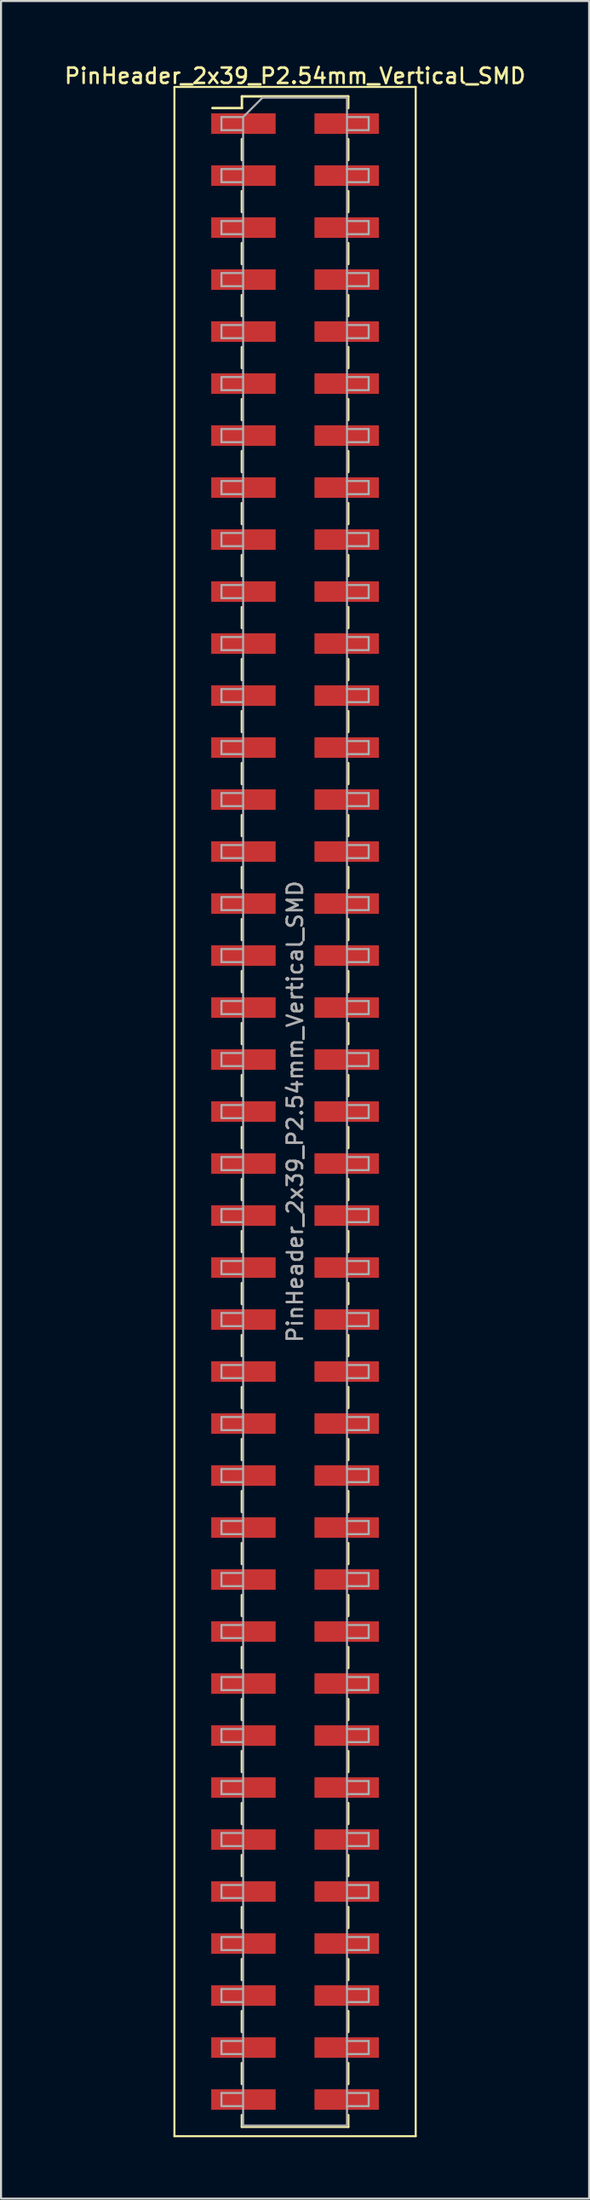
<source format=kicad_pcb>
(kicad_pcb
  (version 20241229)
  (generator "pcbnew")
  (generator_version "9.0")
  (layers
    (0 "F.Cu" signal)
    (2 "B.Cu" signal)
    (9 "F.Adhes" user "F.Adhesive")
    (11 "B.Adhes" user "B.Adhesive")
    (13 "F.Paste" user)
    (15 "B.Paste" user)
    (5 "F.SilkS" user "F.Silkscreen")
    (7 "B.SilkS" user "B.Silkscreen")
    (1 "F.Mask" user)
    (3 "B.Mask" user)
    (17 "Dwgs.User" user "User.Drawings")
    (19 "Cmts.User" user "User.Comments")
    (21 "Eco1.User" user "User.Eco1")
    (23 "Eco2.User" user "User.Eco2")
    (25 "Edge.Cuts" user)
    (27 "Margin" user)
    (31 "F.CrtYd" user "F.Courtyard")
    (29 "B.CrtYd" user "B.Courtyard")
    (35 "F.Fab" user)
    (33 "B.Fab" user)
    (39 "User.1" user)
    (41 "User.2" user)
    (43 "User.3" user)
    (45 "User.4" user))
  (footprint "PinHeader_2x39_P2.54mm_Vertical_SMD"
    (layer "F.Cu")
    (at 11.38 51.248)
    (property "Reference" "PinHeader_2x39_P2.54mm_Vertical_SMD" (at 0 -50.59 0) (layer "F.SilkS") (effects (font (size 0.75 0.75) (thickness 0.125))))
    (attr smd)
    (fp_line (start -5.9 -50.05) (end -5.9 50.05) (stroke (width 0.1) (type solid)) (layer "F.SilkS"))
    (fp_line (start -5.9 50.05) (end 5.9 50.05) (stroke (width 0.1) (type solid)) (layer "F.SilkS"))
    (fp_line (start -4.04 -49.02) (end -2.6 -49.02) (stroke (width 0.12) (type solid)) (layer "F.SilkS"))
    (fp_line (start -2.6 -49.59) (end -2.6 -49.02) (stroke (width 0.12) (type solid)) (layer "F.SilkS"))
    (fp_line (start -2.6 -49.59) (end 2.6 -49.59) (stroke (width 0.12) (type solid)) (layer "F.SilkS"))
    (fp_line (start -2.6 -47.5) (end -2.6 -46.48) (stroke (width 0.12) (type solid)) (layer "F.SilkS"))
    (fp_line (start -2.6 -44.96) (end -2.6 -43.94) (stroke (width 0.12) (type solid)) (layer "F.SilkS"))
    (fp_line (start -2.6 -42.42) (end -2.6 -41.4) (stroke (width 0.12) (type solid)) (layer "F.SilkS"))
    (fp_line (start -2.6 -39.88) (end -2.6 -38.86) (stroke (width 0.12) (type solid)) (layer "F.SilkS"))
    (fp_line (start -2.6 -37.34) (end -2.6 -36.32) (stroke (width 0.12) (type solid)) (layer "F.SilkS"))
    (fp_line (start -2.6 -34.8) (end -2.6 -33.78) (stroke (width 0.12) (type solid)) (layer "F.SilkS"))
    (fp_line (start -2.6 -32.26) (end -2.6 -31.24) (stroke (width 0.12) (type solid)) (layer "F.SilkS"))
    (fp_line (start -2.6 -29.72) (end -2.6 -28.7) (stroke (width 0.12) (type solid)) (layer "F.SilkS"))
    (fp_line (start -2.6 -27.18) (end -2.6 -26.16) (stroke (width 0.12) (type solid)) (layer "F.SilkS"))
    (fp_line (start -2.6 -24.64) (end -2.6 -23.62) (stroke (width 0.12) (type solid)) (layer "F.SilkS"))
    (fp_line (start -2.6 -22.1) (end -2.6 -21.08) (stroke (width 0.12) (type solid)) (layer "F.SilkS"))
    (fp_line (start -2.6 -19.56) (end -2.6 -18.54) (stroke (width 0.12) (type solid)) (layer "F.SilkS"))
    (fp_line (start -2.6 -17.02) (end -2.6 -16) (stroke (width 0.12) (type solid)) (layer "F.SilkS"))
    (fp_line (start -2.6 -14.48) (end -2.6 -13.46) (stroke (width 0.12) (type solid)) (layer "F.SilkS"))
    (fp_line (start -2.6 -11.94) (end -2.6 -10.92) (stroke (width 0.12) (type solid)) (layer "F.SilkS"))
    (fp_line (start -2.6 -9.4) (end -2.6 -8.38) (stroke (width 0.12) (type solid)) (layer "F.SilkS"))
    (fp_line (start -2.6 -6.86) (end -2.6 -5.84) (stroke (width 0.12) (type solid)) (layer "F.SilkS"))
    (fp_line (start -2.6 -4.32) (end -2.6 -3.3) (stroke (width 0.12) (type solid)) (layer "F.SilkS"))
    (fp_line (start -2.6 -1.78) (end -2.6 -0.76) (stroke (width 0.12) (type solid)) (layer "F.SilkS"))
    (fp_line (start -2.6 0.76) (end -2.6 1.78) (stroke (width 0.12) (type solid)) (layer "F.SilkS"))
    (fp_line (start -2.6 3.3) (end -2.6 4.32) (stroke (width 0.12) (type solid)) (layer "F.SilkS"))
    (fp_line (start -2.6 5.84) (end -2.6 6.86) (stroke (width 0.12) (type solid)) (layer "F.SilkS"))
    (fp_line (start -2.6 8.38) (end -2.6 9.4) (stroke (width 0.12) (type solid)) (layer "F.SilkS"))
    (fp_line (start -2.6 10.92) (end -2.6 11.94) (stroke (width 0.12) (type solid)) (layer "F.SilkS"))
    (fp_line (start -2.6 13.46) (end -2.6 14.48) (stroke (width 0.12) (type solid)) (layer "F.SilkS"))
    (fp_line (start -2.6 16) (end -2.6 17.02) (stroke (width 0.12) (type solid)) (layer "F.SilkS"))
    (fp_line (start -2.6 18.54) (end -2.6 19.56) (stroke (width 0.12) (type solid)) (layer "F.SilkS"))
    (fp_line (start -2.6 21.08) (end -2.6 22.1) (stroke (width 0.12) (type solid)) (layer "F.SilkS"))
    (fp_line (start -2.6 23.62) (end -2.6 24.64) (stroke (width 0.12) (type solid)) (layer "F.SilkS"))
    (fp_line (start -2.6 26.16) (end -2.6 27.18) (stroke (width 0.12) (type solid)) (layer "F.SilkS"))
    (fp_line (start -2.6 28.7) (end -2.6 29.72) (stroke (width 0.12) (type solid)) (layer "F.SilkS"))
    (fp_line (start -2.6 31.24) (end -2.6 32.26) (stroke (width 0.12) (type solid)) (layer "F.SilkS"))
    (fp_line (start -2.6 33.78) (end -2.6 34.8) (stroke (width 0.12) (type solid)) (layer "F.SilkS"))
    (fp_line (start -2.6 36.32) (end -2.6 37.34) (stroke (width 0.12) (type solid)) (layer "F.SilkS"))
    (fp_line (start -2.6 38.86) (end -2.6 39.88) (stroke (width 0.12) (type solid)) (layer "F.SilkS"))
    (fp_line (start -2.6 41.4) (end -2.6 42.42) (stroke (width 0.12) (type solid)) (layer "F.SilkS"))
    (fp_line (start -2.6 43.94) (end -2.6 44.96) (stroke (width 0.12) (type solid)) (layer "F.SilkS"))
    (fp_line (start -2.6 46.48) (end -2.6 47.5) (stroke (width 0.12) (type solid)) (layer "F.SilkS"))
    (fp_line (start -2.6 49.02) (end -2.6 49.59) (stroke (width 0.12) (type solid)) (layer "F.SilkS"))
    (fp_line (start -2.6 49.59) (end 2.6 49.59) (stroke (width 0.12) (type solid)) (layer "F.SilkS"))
    (fp_line (start 2.6 -49.59) (end 2.6 -49.02) (stroke (width 0.12) (type solid)) (layer "F.SilkS"))
    (fp_line (start 2.6 -47.5) (end 2.6 -46.48) (stroke (width 0.12) (type solid)) (layer "F.SilkS"))
    (fp_line (start 2.6 -44.96) (end 2.6 -43.94) (stroke (width 0.12) (type solid)) (layer "F.SilkS"))
    (fp_line (start 2.6 -42.42) (end 2.6 -41.4) (stroke (width 0.12) (type solid)) (layer "F.SilkS"))
    (fp_line (start 2.6 -39.88) (end 2.6 -38.86) (stroke (width 0.12) (type solid)) (layer "F.SilkS"))
    (fp_line (start 2.6 -37.34) (end 2.6 -36.32) (stroke (width 0.12) (type solid)) (layer "F.SilkS"))
    (fp_line (start 2.6 -34.8) (end 2.6 -33.78) (stroke (width 0.12) (type solid)) (layer "F.SilkS"))
    (fp_line (start 2.6 -32.26) (end 2.6 -31.24) (stroke (width 0.12) (type solid)) (layer "F.SilkS"))
    (fp_line (start 2.6 -29.72) (end 2.6 -28.7) (stroke (width 0.12) (type solid)) (layer "F.SilkS"))
    (fp_line (start 2.6 -27.18) (end 2.6 -26.16) (stroke (width 0.12) (type solid)) (layer "F.SilkS"))
    (fp_line (start 2.6 -24.64) (end 2.6 -23.62) (stroke (width 0.12) (type solid)) (layer "F.SilkS"))
    (fp_line (start 2.6 -22.1) (end 2.6 -21.08) (stroke (width 0.12) (type solid)) (layer "F.SilkS"))
    (fp_line (start 2.6 -19.56) (end 2.6 -18.54) (stroke (width 0.12) (type solid)) (layer "F.SilkS"))
    (fp_line (start 2.6 -17.02) (end 2.6 -16) (stroke (width 0.12) (type solid)) (layer "F.SilkS"))
    (fp_line (start 2.6 -14.48) (end 2.6 -13.46) (stroke (width 0.12) (type solid)) (layer "F.SilkS"))
    (fp_line (start 2.6 -11.94) (end 2.6 -10.92) (stroke (width 0.12) (type solid)) (layer "F.SilkS"))
    (fp_line (start 2.6 -9.4) (end 2.6 -8.38) (stroke (width 0.12) (type solid)) (layer "F.SilkS"))
    (fp_line (start 2.6 -6.86) (end 2.6 -5.84) (stroke (width 0.12) (type solid)) (layer "F.SilkS"))
    (fp_line (start 2.6 -4.32) (end 2.6 -3.3) (stroke (width 0.12) (type solid)) (layer "F.SilkS"))
    (fp_line (start 2.6 -1.78) (end 2.6 -0.76) (stroke (width 0.12) (type solid)) (layer "F.SilkS"))
    (fp_line (start 2.6 0.76) (end 2.6 1.78) (stroke (width 0.12) (type solid)) (layer "F.SilkS"))
    (fp_line (start 2.6 3.3) (end 2.6 4.32) (stroke (width 0.12) (type solid)) (layer "F.SilkS"))
    (fp_line (start 2.6 5.84) (end 2.6 6.86) (stroke (width 0.12) (type solid)) (layer "F.SilkS"))
    (fp_line (start 2.6 8.38) (end 2.6 9.4) (stroke (width 0.12) (type solid)) (layer "F.SilkS"))
    (fp_line (start 2.6 10.92) (end 2.6 11.94) (stroke (width 0.12) (type solid)) (layer "F.SilkS"))
    (fp_line (start 2.6 13.46) (end 2.6 14.48) (stroke (width 0.12) (type solid)) (layer "F.SilkS"))
    (fp_line (start 2.6 16) (end 2.6 17.02) (stroke (width 0.12) (type solid)) (layer "F.SilkS"))
    (fp_line (start 2.6 18.54) (end 2.6 19.56) (stroke (width 0.12) (type solid)) (layer "F.SilkS"))
    (fp_line (start 2.6 21.08) (end 2.6 22.1) (stroke (width 0.12) (type solid)) (layer "F.SilkS"))
    (fp_line (start 2.6 23.62) (end 2.6 24.64) (stroke (width 0.12) (type solid)) (layer "F.SilkS"))
    (fp_line (start 2.6 26.16) (end 2.6 27.18) (stroke (width 0.12) (type solid)) (layer "F.SilkS"))
    (fp_line (start 2.6 28.7) (end 2.6 29.72) (stroke (width 0.12) (type solid)) (layer "F.SilkS"))
    (fp_line (start 2.6 31.24) (end 2.6 32.26) (stroke (width 0.12) (type solid)) (layer "F.SilkS"))
    (fp_line (start 2.6 33.78) (end 2.6 34.8) (stroke (width 0.12) (type solid)) (layer "F.SilkS"))
    (fp_line (start 2.6 36.32) (end 2.6 37.34) (stroke (width 0.12) (type solid)) (layer "F.SilkS"))
    (fp_line (start 2.6 38.86) (end 2.6 39.88) (stroke (width 0.12) (type solid)) (layer "F.SilkS"))
    (fp_line (start 2.6 41.4) (end 2.6 42.42) (stroke (width 0.12) (type solid)) (layer "F.SilkS"))
    (fp_line (start 2.6 43.94) (end 2.6 44.96) (stroke (width 0.12) (type solid)) (layer "F.SilkS"))
    (fp_line (start 2.6 46.48) (end 2.6 47.5) (stroke (width 0.12) (type solid)) (layer "F.SilkS"))
    (fp_line (start 2.6 49.02) (end 2.6 49.59) (stroke (width 0.12) (type solid)) (layer "F.SilkS"))
    (fp_line (start 5.9 -50.05) (end -5.9 -50.05) (stroke (width 0.1) (type solid)) (layer "F.SilkS"))
    (fp_line (start 5.9 50.05) (end 5.9 -50.05) (stroke (width 0.1) (type solid)) (layer "F.SilkS"))
    (fp_line (start -3.6 -48.58) (end -3.6 -47.94) (stroke (width 0.1) (type solid)) (layer "F.Fab"))
    (fp_line (start -3.6 -47.94) (end -2.54 -47.94) (stroke (width 0.1) (type solid)) (layer "F.Fab"))
    (fp_line (start -3.6 -46.04) (end -3.6 -45.4) (stroke (width 0.1) (type solid)) (layer "F.Fab"))
    (fp_line (start -3.6 -45.4) (end -2.54 -45.4) (stroke (width 0.1) (type solid)) (layer "F.Fab"))
    (fp_line (start -3.6 -43.5) (end -3.6 -42.86) (stroke (width 0.1) (type solid)) (layer "F.Fab"))
    (fp_line (start -3.6 -42.86) (end -2.54 -42.86) (stroke (width 0.1) (type solid)) (layer "F.Fab"))
    (fp_line (start -3.6 -40.96) (end -3.6 -40.32) (stroke (width 0.1) (type solid)) (layer "F.Fab"))
    (fp_line (start -3.6 -40.32) (end -2.54 -40.32) (stroke (width 0.1) (type solid)) (layer "F.Fab"))
    (fp_line (start -3.6 -38.42) (end -3.6 -37.78) (stroke (width 0.1) (type solid)) (layer "F.Fab"))
    (fp_line (start -3.6 -37.78) (end -2.54 -37.78) (stroke (width 0.1) (type solid)) (layer "F.Fab"))
    (fp_line (start -3.6 -35.88) (end -3.6 -35.24) (stroke (width 0.1) (type solid)) (layer "F.Fab"))
    (fp_line (start -3.6 -35.24) (end -2.54 -35.24) (stroke (width 0.1) (type solid)) (layer "F.Fab"))
    (fp_line (start -3.6 -33.34) (end -3.6 -32.7) (stroke (width 0.1) (type solid)) (layer "F.Fab"))
    (fp_line (start -3.6 -32.7) (end -2.54 -32.7) (stroke (width 0.1) (type solid)) (layer "F.Fab"))
    (fp_line (start -3.6 -30.8) (end -3.6 -30.16) (stroke (width 0.1) (type solid)) (layer "F.Fab"))
    (fp_line (start -3.6 -30.16) (end -2.54 -30.16) (stroke (width 0.1) (type solid)) (layer "F.Fab"))
    (fp_line (start -3.6 -28.26) (end -3.6 -27.62) (stroke (width 0.1) (type solid)) (layer "F.Fab"))
    (fp_line (start -3.6 -27.62) (end -2.54 -27.62) (stroke (width 0.1) (type solid)) (layer "F.Fab"))
    (fp_line (start -3.6 -25.72) (end -3.6 -25.08) (stroke (width 0.1) (type solid)) (layer "F.Fab"))
    (fp_line (start -3.6 -25.08) (end -2.54 -25.08) (stroke (width 0.1) (type solid)) (layer "F.Fab"))
    (fp_line (start -3.6 -23.18) (end -3.6 -22.54) (stroke (width 0.1) (type solid)) (layer "F.Fab"))
    (fp_line (start -3.6 -22.54) (end -2.54 -22.54) (stroke (width 0.1) (type solid)) (layer "F.Fab"))
    (fp_line (start -3.6 -20.64) (end -3.6 -20) (stroke (width 0.1) (type solid)) (layer "F.Fab"))
    (fp_line (start -3.6 -20) (end -2.54 -20) (stroke (width 0.1) (type solid)) (layer "F.Fab"))
    (fp_line (start -3.6 -18.1) (end -3.6 -17.46) (stroke (width 0.1) (type solid)) (layer "F.Fab"))
    (fp_line (start -3.6 -17.46) (end -2.54 -17.46) (stroke (width 0.1) (type solid)) (layer "F.Fab"))
    (fp_line (start -3.6 -15.56) (end -3.6 -14.92) (stroke (width 0.1) (type solid)) (layer "F.Fab"))
    (fp_line (start -3.6 -14.92) (end -2.54 -14.92) (stroke (width 0.1) (type solid)) (layer "F.Fab"))
    (fp_line (start -3.6 -13.02) (end -3.6 -12.38) (stroke (width 0.1) (type solid)) (layer "F.Fab"))
    (fp_line (start -3.6 -12.38) (end -2.54 -12.38) (stroke (width 0.1) (type solid)) (layer "F.Fab"))
    (fp_line (start -3.6 -10.48) (end -3.6 -9.84) (stroke (width 0.1) (type solid)) (layer "F.Fab"))
    (fp_line (start -3.6 -9.84) (end -2.54 -9.84) (stroke (width 0.1) (type solid)) (layer "F.Fab"))
    (fp_line (start -3.6 -7.94) (end -3.6 -7.3) (stroke (width 0.1) (type solid)) (layer "F.Fab"))
    (fp_line (start -3.6 -7.3) (end -2.54 -7.3) (stroke (width 0.1) (type solid)) (layer "F.Fab"))
    (fp_line (start -3.6 -5.4) (end -3.6 -4.76) (stroke (width 0.1) (type solid)) (layer "F.Fab"))
    (fp_line (start -3.6 -4.76) (end -2.54 -4.76) (stroke (width 0.1) (type solid)) (layer "F.Fab"))
    (fp_line (start -3.6 -2.86) (end -3.6 -2.22) (stroke (width 0.1) (type solid)) (layer "F.Fab"))
    (fp_line (start -3.6 -2.22) (end -2.54 -2.22) (stroke (width 0.1) (type solid)) (layer "F.Fab"))
    (fp_line (start -3.6 -0.32) (end -3.6 0.32) (stroke (width 0.1) (type solid)) (layer "F.Fab"))
    (fp_line (start -3.6 0.32) (end -2.54 0.32) (stroke (width 0.1) (type solid)) (layer "F.Fab"))
    (fp_line (start -3.6 2.22) (end -3.6 2.86) (stroke (width 0.1) (type solid)) (layer "F.Fab"))
    (fp_line (start -3.6 2.86) (end -2.54 2.86) (stroke (width 0.1) (type solid)) (layer "F.Fab"))
    (fp_line (start -3.6 4.76) (end -3.6 5.4) (stroke (width 0.1) (type solid)) (layer "F.Fab"))
    (fp_line (start -3.6 5.4) (end -2.54 5.4) (stroke (width 0.1) (type solid)) (layer "F.Fab"))
    (fp_line (start -3.6 7.3) (end -3.6 7.94) (stroke (width 0.1) (type solid)) (layer "F.Fab"))
    (fp_line (start -3.6 7.94) (end -2.54 7.94) (stroke (width 0.1) (type solid)) (layer "F.Fab"))
    (fp_line (start -3.6 9.84) (end -3.6 10.48) (stroke (width 0.1) (type solid)) (layer "F.Fab"))
    (fp_line (start -3.6 10.48) (end -2.54 10.48) (stroke (width 0.1) (type solid)) (layer "F.Fab"))
    (fp_line (start -3.6 12.38) (end -3.6 13.02) (stroke (width 0.1) (type solid)) (layer "F.Fab"))
    (fp_line (start -3.6 13.02) (end -2.54 13.02) (stroke (width 0.1) (type solid)) (layer "F.Fab"))
    (fp_line (start -3.6 14.92) (end -3.6 15.56) (stroke (width 0.1) (type solid)) (layer "F.Fab"))
    (fp_line (start -3.6 15.56) (end -2.54 15.56) (stroke (width 0.1) (type solid)) (layer "F.Fab"))
    (fp_line (start -3.6 17.46) (end -3.6 18.1) (stroke (width 0.1) (type solid)) (layer "F.Fab"))
    (fp_line (start -3.6 18.1) (end -2.54 18.1) (stroke (width 0.1) (type solid)) (layer "F.Fab"))
    (fp_line (start -3.6 20) (end -3.6 20.64) (stroke (width 0.1) (type solid)) (layer "F.Fab"))
    (fp_line (start -3.6 20.64) (end -2.54 20.64) (stroke (width 0.1) (type solid)) (layer "F.Fab"))
    (fp_line (start -3.6 22.54) (end -3.6 23.18) (stroke (width 0.1) (type solid)) (layer "F.Fab"))
    (fp_line (start -3.6 23.18) (end -2.54 23.18) (stroke (width 0.1) (type solid)) (layer "F.Fab"))
    (fp_line (start -3.6 25.08) (end -3.6 25.72) (stroke (width 0.1) (type solid)) (layer "F.Fab"))
    (fp_line (start -3.6 25.72) (end -2.54 25.72) (stroke (width 0.1) (type solid)) (layer "F.Fab"))
    (fp_line (start -3.6 27.62) (end -3.6 28.26) (stroke (width 0.1) (type solid)) (layer "F.Fab"))
    (fp_line (start -3.6 28.26) (end -2.54 28.26) (stroke (width 0.1) (type solid)) (layer "F.Fab"))
    (fp_line (start -3.6 30.16) (end -3.6 30.8) (stroke (width 0.1) (type solid)) (layer "F.Fab"))
    (fp_line (start -3.6 30.8) (end -2.54 30.8) (stroke (width 0.1) (type solid)) (layer "F.Fab"))
    (fp_line (start -3.6 32.7) (end -3.6 33.34) (stroke (width 0.1) (type solid)) (layer "F.Fab"))
    (fp_line (start -3.6 33.34) (end -2.54 33.34) (stroke (width 0.1) (type solid)) (layer "F.Fab"))
    (fp_line (start -3.6 35.24) (end -3.6 35.88) (stroke (width 0.1) (type solid)) (layer "F.Fab"))
    (fp_line (start -3.6 35.88) (end -2.54 35.88) (stroke (width 0.1) (type solid)) (layer "F.Fab"))
    (fp_line (start -3.6 37.78) (end -3.6 38.42) (stroke (width 0.1) (type solid)) (layer "F.Fab"))
    (fp_line (start -3.6 38.42) (end -2.54 38.42) (stroke (width 0.1) (type solid)) (layer "F.Fab"))
    (fp_line (start -3.6 40.32) (end -3.6 40.96) (stroke (width 0.1) (type solid)) (layer "F.Fab"))
    (fp_line (start -3.6 40.96) (end -2.54 40.96) (stroke (width 0.1) (type solid)) (layer "F.Fab"))
    (fp_line (start -3.6 42.86) (end -3.6 43.5) (stroke (width 0.1) (type solid)) (layer "F.Fab"))
    (fp_line (start -3.6 43.5) (end -2.54 43.5) (stroke (width 0.1) (type solid)) (layer "F.Fab"))
    (fp_line (start -3.6 45.4) (end -3.6 46.04) (stroke (width 0.1) (type solid)) (layer "F.Fab"))
    (fp_line (start -3.6 46.04) (end -2.54 46.04) (stroke (width 0.1) (type solid)) (layer "F.Fab"))
    (fp_line (start -3.6 47.94) (end -3.6 48.58) (stroke (width 0.1) (type solid)) (layer "F.Fab"))
    (fp_line (start -3.6 48.58) (end -2.54 48.58) (stroke (width 0.1) (type solid)) (layer "F.Fab"))
    (fp_line (start -2.54 -48.58) (end -3.6 -48.58) (stroke (width 0.1) (type solid)) (layer "F.Fab"))
    (fp_line (start -2.54 -48.58) (end -1.59 -49.53) (stroke (width 0.1) (type solid)) (layer "F.Fab"))
    (fp_line (start -2.54 -46.04) (end -3.6 -46.04) (stroke (width 0.1) (type solid)) (layer "F.Fab"))
    (fp_line (start -2.54 -43.5) (end -3.6 -43.5) (stroke (width 0.1) (type solid)) (layer "F.Fab"))
    (fp_line (start -2.54 -40.96) (end -3.6 -40.96) (stroke (width 0.1) (type solid)) (layer "F.Fab"))
    (fp_line (start -2.54 -38.42) (end -3.6 -38.42) (stroke (width 0.1) (type solid)) (layer "F.Fab"))
    (fp_line (start -2.54 -35.88) (end -3.6 -35.88) (stroke (width 0.1) (type solid)) (layer "F.Fab"))
    (fp_line (start -2.54 -33.34) (end -3.6 -33.34) (stroke (width 0.1) (type solid)) (layer "F.Fab"))
    (fp_line (start -2.54 -30.8) (end -3.6 -30.8) (stroke (width 0.1) (type solid)) (layer "F.Fab"))
    (fp_line (start -2.54 -28.26) (end -3.6 -28.26) (stroke (width 0.1) (type solid)) (layer "F.Fab"))
    (fp_line (start -2.54 -25.72) (end -3.6 -25.72) (stroke (width 0.1) (type solid)) (layer "F.Fab"))
    (fp_line (start -2.54 -23.18) (end -3.6 -23.18) (stroke (width 0.1) (type solid)) (layer "F.Fab"))
    (fp_line (start -2.54 -20.64) (end -3.6 -20.64) (stroke (width 0.1) (type solid)) (layer "F.Fab"))
    (fp_line (start -2.54 -18.1) (end -3.6 -18.1) (stroke (width 0.1) (type solid)) (layer "F.Fab"))
    (fp_line (start -2.54 -15.56) (end -3.6 -15.56) (stroke (width 0.1) (type solid)) (layer "F.Fab"))
    (fp_line (start -2.54 -13.02) (end -3.6 -13.02) (stroke (width 0.1) (type solid)) (layer "F.Fab"))
    (fp_line (start -2.54 -10.48) (end -3.6 -10.48) (stroke (width 0.1) (type solid)) (layer "F.Fab"))
    (fp_line (start -2.54 -7.94) (end -3.6 -7.94) (stroke (width 0.1) (type solid)) (layer "F.Fab"))
    (fp_line (start -2.54 -5.4) (end -3.6 -5.4) (stroke (width 0.1) (type solid)) (layer "F.Fab"))
    (fp_line (start -2.54 -2.86) (end -3.6 -2.86) (stroke (width 0.1) (type solid)) (layer "F.Fab"))
    (fp_line (start -2.54 -0.32) (end -3.6 -0.32) (stroke (width 0.1) (type solid)) (layer "F.Fab"))
    (fp_line (start -2.54 2.22) (end -3.6 2.22) (stroke (width 0.1) (type solid)) (layer "F.Fab"))
    (fp_line (start -2.54 4.76) (end -3.6 4.76) (stroke (width 0.1) (type solid)) (layer "F.Fab"))
    (fp_line (start -2.54 7.3) (end -3.6 7.3) (stroke (width 0.1) (type solid)) (layer "F.Fab"))
    (fp_line (start -2.54 9.84) (end -3.6 9.84) (stroke (width 0.1) (type solid)) (layer "F.Fab"))
    (fp_line (start -2.54 12.38) (end -3.6 12.38) (stroke (width 0.1) (type solid)) (layer "F.Fab"))
    (fp_line (start -2.54 14.92) (end -3.6 14.92) (stroke (width 0.1) (type solid)) (layer "F.Fab"))
    (fp_line (start -2.54 17.46) (end -3.6 17.46) (stroke (width 0.1) (type solid)) (layer "F.Fab"))
    (fp_line (start -2.54 20) (end -3.6 20) (stroke (width 0.1) (type solid)) (layer "F.Fab"))
    (fp_line (start -2.54 22.54) (end -3.6 22.54) (stroke (width 0.1) (type solid)) (layer "F.Fab"))
    (fp_line (start -2.54 25.08) (end -3.6 25.08) (stroke (width 0.1) (type solid)) (layer "F.Fab"))
    (fp_line (start -2.54 27.62) (end -3.6 27.62) (stroke (width 0.1) (type solid)) (layer "F.Fab"))
    (fp_line (start -2.54 30.16) (end -3.6 30.16) (stroke (width 0.1) (type solid)) (layer "F.Fab"))
    (fp_line (start -2.54 32.7) (end -3.6 32.7) (stroke (width 0.1) (type solid)) (layer "F.Fab"))
    (fp_line (start -2.54 35.24) (end -3.6 35.24) (stroke (width 0.1) (type solid)) (layer "F.Fab"))
    (fp_line (start -2.54 37.78) (end -3.6 37.78) (stroke (width 0.1) (type solid)) (layer "F.Fab"))
    (fp_line (start -2.54 40.32) (end -3.6 40.32) (stroke (width 0.1) (type solid)) (layer "F.Fab"))
    (fp_line (start -2.54 42.86) (end -3.6 42.86) (stroke (width 0.1) (type solid)) (layer "F.Fab"))
    (fp_line (start -2.54 45.4) (end -3.6 45.4) (stroke (width 0.1) (type solid)) (layer "F.Fab"))
    (fp_line (start -2.54 47.94) (end -3.6 47.94) (stroke (width 0.1) (type solid)) (layer "F.Fab"))
    (fp_line (start -2.54 49.53) (end -2.54 -48.58) (stroke (width 0.1) (type solid)) (layer "F.Fab"))
    (fp_line (start -1.59 -49.53) (end 2.54 -49.53) (stroke (width 0.1) (type solid)) (layer "F.Fab"))
    (fp_line (start 2.54 -49.53) (end 2.54 49.53) (stroke (width 0.1) (type solid)) (layer "F.Fab"))
    (fp_line (start 2.54 -48.58) (end 3.6 -48.58) (stroke (width 0.1) (type solid)) (layer "F.Fab"))
    (fp_line (start 2.54 -46.04) (end 3.6 -46.04) (stroke (width 0.1) (type solid)) (layer "F.Fab"))
    (fp_line (start 2.54 -43.5) (end 3.6 -43.5) (stroke (width 0.1) (type solid)) (layer "F.Fab"))
    (fp_line (start 2.54 -40.96) (end 3.6 -40.96) (stroke (width 0.1) (type solid)) (layer "F.Fab"))
    (fp_line (start 2.54 -38.42) (end 3.6 -38.42) (stroke (width 0.1) (type solid)) (layer "F.Fab"))
    (fp_line (start 2.54 -35.88) (end 3.6 -35.88) (stroke (width 0.1) (type solid)) (layer "F.Fab"))
    (fp_line (start 2.54 -33.34) (end 3.6 -33.34) (stroke (width 0.1) (type solid)) (layer "F.Fab"))
    (fp_line (start 2.54 -30.8) (end 3.6 -30.8) (stroke (width 0.1) (type solid)) (layer "F.Fab"))
    (fp_line (start 2.54 -28.26) (end 3.6 -28.26) (stroke (width 0.1) (type solid)) (layer "F.Fab"))
    (fp_line (start 2.54 -25.72) (end 3.6 -25.72) (stroke (width 0.1) (type solid)) (layer "F.Fab"))
    (fp_line (start 2.54 -23.18) (end 3.6 -23.18) (stroke (width 0.1) (type solid)) (layer "F.Fab"))
    (fp_line (start 2.54 -20.64) (end 3.6 -20.64) (stroke (width 0.1) (type solid)) (layer "F.Fab"))
    (fp_line (start 2.54 -18.1) (end 3.6 -18.1) (stroke (width 0.1) (type solid)) (layer "F.Fab"))
    (fp_line (start 2.54 -15.56) (end 3.6 -15.56) (stroke (width 0.1) (type solid)) (layer "F.Fab"))
    (fp_line (start 2.54 -13.02) (end 3.6 -13.02) (stroke (width 0.1) (type solid)) (layer "F.Fab"))
    (fp_line (start 2.54 -10.48) (end 3.6 -10.48) (stroke (width 0.1) (type solid)) (layer "F.Fab"))
    (fp_line (start 2.54 -7.94) (end 3.6 -7.94) (stroke (width 0.1) (type solid)) (layer "F.Fab"))
    (fp_line (start 2.54 -5.4) (end 3.6 -5.4) (stroke (width 0.1) (type solid)) (layer "F.Fab"))
    (fp_line (start 2.54 -2.86) (end 3.6 -2.86) (stroke (width 0.1) (type solid)) (layer "F.Fab"))
    (fp_line (start 2.54 -0.32) (end 3.6 -0.32) (stroke (width 0.1) (type solid)) (layer "F.Fab"))
    (fp_line (start 2.54 2.22) (end 3.6 2.22) (stroke (width 0.1) (type solid)) (layer "F.Fab"))
    (fp_line (start 2.54 4.76) (end 3.6 4.76) (stroke (width 0.1) (type solid)) (layer "F.Fab"))
    (fp_line (start 2.54 7.3) (end 3.6 7.3) (stroke (width 0.1) (type solid)) (layer "F.Fab"))
    (fp_line (start 2.54 9.84) (end 3.6 9.84) (stroke (width 0.1) (type solid)) (layer "F.Fab"))
    (fp_line (start 2.54 12.38) (end 3.6 12.38) (stroke (width 0.1) (type solid)) (layer "F.Fab"))
    (fp_line (start 2.54 14.92) (end 3.6 14.92) (stroke (width 0.1) (type solid)) (layer "F.Fab"))
    (fp_line (start 2.54 17.46) (end 3.6 17.46) (stroke (width 0.1) (type solid)) (layer "F.Fab"))
    (fp_line (start 2.54 20) (end 3.6 20) (stroke (width 0.1) (type solid)) (layer "F.Fab"))
    (fp_line (start 2.54 22.54) (end 3.6 22.54) (stroke (width 0.1) (type solid)) (layer "F.Fab"))
    (fp_line (start 2.54 25.08) (end 3.6 25.08) (stroke (width 0.1) (type solid)) (layer "F.Fab"))
    (fp_line (start 2.54 27.62) (end 3.6 27.62) (stroke (width 0.1) (type solid)) (layer "F.Fab"))
    (fp_line (start 2.54 30.16) (end 3.6 30.16) (stroke (width 0.1) (type solid)) (layer "F.Fab"))
    (fp_line (start 2.54 32.7) (end 3.6 32.7) (stroke (width 0.1) (type solid)) (layer "F.Fab"))
    (fp_line (start 2.54 35.24) (end 3.6 35.24) (stroke (width 0.1) (type solid)) (layer "F.Fab"))
    (fp_line (start 2.54 37.78) (end 3.6 37.78) (stroke (width 0.1) (type solid)) (layer "F.Fab"))
    (fp_line (start 2.54 40.32) (end 3.6 40.32) (stroke (width 0.1) (type solid)) (layer "F.Fab"))
    (fp_line (start 2.54 42.86) (end 3.6 42.86) (stroke (width 0.1) (type solid)) (layer "F.Fab"))
    (fp_line (start 2.54 45.4) (end 3.6 45.4) (stroke (width 0.1) (type solid)) (layer "F.Fab"))
    (fp_line (start 2.54 47.94) (end 3.6 47.94) (stroke (width 0.1) (type solid)) (layer "F.Fab"))
    (fp_line (start 2.54 49.53) (end -2.54 49.53) (stroke (width 0.1) (type solid)) (layer "F.Fab"))
    (fp_line (start 3.6 -48.58) (end 3.6 -47.94) (stroke (width 0.1) (type solid)) (layer "F.Fab"))
    (fp_line (start 3.6 -47.94) (end 2.54 -47.94) (stroke (width 0.1) (type solid)) (layer "F.Fab"))
    (fp_line (start 3.6 -46.04) (end 3.6 -45.4) (stroke (width 0.1) (type solid)) (layer "F.Fab"))
    (fp_line (start 3.6 -45.4) (end 2.54 -45.4) (stroke (width 0.1) (type solid)) (layer "F.Fab"))
    (fp_line (start 3.6 -43.5) (end 3.6 -42.86) (stroke (width 0.1) (type solid)) (layer "F.Fab"))
    (fp_line (start 3.6 -42.86) (end 2.54 -42.86) (stroke (width 0.1) (type solid)) (layer "F.Fab"))
    (fp_line (start 3.6 -40.96) (end 3.6 -40.32) (stroke (width 0.1) (type solid)) (layer "F.Fab"))
    (fp_line (start 3.6 -40.32) (end 2.54 -40.32) (stroke (width 0.1) (type solid)) (layer "F.Fab"))
    (fp_line (start 3.6 -38.42) (end 3.6 -37.78) (stroke (width 0.1) (type solid)) (layer "F.Fab"))
    (fp_line (start 3.6 -37.78) (end 2.54 -37.78) (stroke (width 0.1) (type solid)) (layer "F.Fab"))
    (fp_line (start 3.6 -35.88) (end 3.6 -35.24) (stroke (width 0.1) (type solid)) (layer "F.Fab"))
    (fp_line (start 3.6 -35.24) (end 2.54 -35.24) (stroke (width 0.1) (type solid)) (layer "F.Fab"))
    (fp_line (start 3.6 -33.34) (end 3.6 -32.7) (stroke (width 0.1) (type solid)) (layer "F.Fab"))
    (fp_line (start 3.6 -32.7) (end 2.54 -32.7) (stroke (width 0.1) (type solid)) (layer "F.Fab"))
    (fp_line (start 3.6 -30.8) (end 3.6 -30.16) (stroke (width 0.1) (type solid)) (layer "F.Fab"))
    (fp_line (start 3.6 -30.16) (end 2.54 -30.16) (stroke (width 0.1) (type solid)) (layer "F.Fab"))
    (fp_line (start 3.6 -28.26) (end 3.6 -27.62) (stroke (width 0.1) (type solid)) (layer "F.Fab"))
    (fp_line (start 3.6 -27.62) (end 2.54 -27.62) (stroke (width 0.1) (type solid)) (layer "F.Fab"))
    (fp_line (start 3.6 -25.72) (end 3.6 -25.08) (stroke (width 0.1) (type solid)) (layer "F.Fab"))
    (fp_line (start 3.6 -25.08) (end 2.54 -25.08) (stroke (width 0.1) (type solid)) (layer "F.Fab"))
    (fp_line (start 3.6 -23.18) (end 3.6 -22.54) (stroke (width 0.1) (type solid)) (layer "F.Fab"))
    (fp_line (start 3.6 -22.54) (end 2.54 -22.54) (stroke (width 0.1) (type solid)) (layer "F.Fab"))
    (fp_line (start 3.6 -20.64) (end 3.6 -20) (stroke (width 0.1) (type solid)) (layer "F.Fab"))
    (fp_line (start 3.6 -20) (end 2.54 -20) (stroke (width 0.1) (type solid)) (layer "F.Fab"))
    (fp_line (start 3.6 -18.1) (end 3.6 -17.46) (stroke (width 0.1) (type solid)) (layer "F.Fab"))
    (fp_line (start 3.6 -17.46) (end 2.54 -17.46) (stroke (width 0.1) (type solid)) (layer "F.Fab"))
    (fp_line (start 3.6 -15.56) (end 3.6 -14.92) (stroke (width 0.1) (type solid)) (layer "F.Fab"))
    (fp_line (start 3.6 -14.92) (end 2.54 -14.92) (stroke (width 0.1) (type solid)) (layer "F.Fab"))
    (fp_line (start 3.6 -13.02) (end 3.6 -12.38) (stroke (width 0.1) (type solid)) (layer "F.Fab"))
    (fp_line (start 3.6 -12.38) (end 2.54 -12.38) (stroke (width 0.1) (type solid)) (layer "F.Fab"))
    (fp_line (start 3.6 -10.48) (end 3.6 -9.84) (stroke (width 0.1) (type solid)) (layer "F.Fab"))
    (fp_line (start 3.6 -9.84) (end 2.54 -9.84) (stroke (width 0.1) (type solid)) (layer "F.Fab"))
    (fp_line (start 3.6 -7.94) (end 3.6 -7.3) (stroke (width 0.1) (type solid)) (layer "F.Fab"))
    (fp_line (start 3.6 -7.3) (end 2.54 -7.3) (stroke (width 0.1) (type solid)) (layer "F.Fab"))
    (fp_line (start 3.6 -5.4) (end 3.6 -4.76) (stroke (width 0.1) (type solid)) (layer "F.Fab"))
    (fp_line (start 3.6 -4.76) (end 2.54 -4.76) (stroke (width 0.1) (type solid)) (layer "F.Fab"))
    (fp_line (start 3.6 -2.86) (end 3.6 -2.22) (stroke (width 0.1) (type solid)) (layer "F.Fab"))
    (fp_line (start 3.6 -2.22) (end 2.54 -2.22) (stroke (width 0.1) (type solid)) (layer "F.Fab"))
    (fp_line (start 3.6 -0.32) (end 3.6 0.32) (stroke (width 0.1) (type solid)) (layer "F.Fab"))
    (fp_line (start 3.6 0.32) (end 2.54 0.32) (stroke (width 0.1) (type solid)) (layer "F.Fab"))
    (fp_line (start 3.6 2.22) (end 3.6 2.86) (stroke (width 0.1) (type solid)) (layer "F.Fab"))
    (fp_line (start 3.6 2.86) (end 2.54 2.86) (stroke (width 0.1) (type solid)) (layer "F.Fab"))
    (fp_line (start 3.6 4.76) (end 3.6 5.4) (stroke (width 0.1) (type solid)) (layer "F.Fab"))
    (fp_line (start 3.6 5.4) (end 2.54 5.4) (stroke (width 0.1) (type solid)) (layer "F.Fab"))
    (fp_line (start 3.6 7.3) (end 3.6 7.94) (stroke (width 0.1) (type solid)) (layer "F.Fab"))
    (fp_line (start 3.6 7.94) (end 2.54 7.94) (stroke (width 0.1) (type solid)) (layer "F.Fab"))
    (fp_line (start 3.6 9.84) (end 3.6 10.48) (stroke (width 0.1) (type solid)) (layer "F.Fab"))
    (fp_line (start 3.6 10.48) (end 2.54 10.48) (stroke (width 0.1) (type solid)) (layer "F.Fab"))
    (fp_line (start 3.6 12.38) (end 3.6 13.02) (stroke (width 0.1) (type solid)) (layer "F.Fab"))
    (fp_line (start 3.6 13.02) (end 2.54 13.02) (stroke (width 0.1) (type solid)) (layer "F.Fab"))
    (fp_line (start 3.6 14.92) (end 3.6 15.56) (stroke (width 0.1) (type solid)) (layer "F.Fab"))
    (fp_line (start 3.6 15.56) (end 2.54 15.56) (stroke (width 0.1) (type solid)) (layer "F.Fab"))
    (fp_line (start 3.6 17.46) (end 3.6 18.1) (stroke (width 0.1) (type solid)) (layer "F.Fab"))
    (fp_line (start 3.6 18.1) (end 2.54 18.1) (stroke (width 0.1) (type solid)) (layer "F.Fab"))
    (fp_line (start 3.6 20) (end 3.6 20.64) (stroke (width 0.1) (type solid)) (layer "F.Fab"))
    (fp_line (start 3.6 20.64) (end 2.54 20.64) (stroke (width 0.1) (type solid)) (layer "F.Fab"))
    (fp_line (start 3.6 22.54) (end 3.6 23.18) (stroke (width 0.1) (type solid)) (layer "F.Fab"))
    (fp_line (start 3.6 23.18) (end 2.54 23.18) (stroke (width 0.1) (type solid)) (layer "F.Fab"))
    (fp_line (start 3.6 25.08) (end 3.6 25.72) (stroke (width 0.1) (type solid)) (layer "F.Fab"))
    (fp_line (start 3.6 25.72) (end 2.54 25.72) (stroke (width 0.1) (type solid)) (layer "F.Fab"))
    (fp_line (start 3.6 27.62) (end 3.6 28.26) (stroke (width 0.1) (type solid)) (layer "F.Fab"))
    (fp_line (start 3.6 28.26) (end 2.54 28.26) (stroke (width 0.1) (type solid)) (layer "F.Fab"))
    (fp_line (start 3.6 30.16) (end 3.6 30.8) (stroke (width 0.1) (type solid)) (layer "F.Fab"))
    (fp_line (start 3.6 30.8) (end 2.54 30.8) (stroke (width 0.1) (type solid)) (layer "F.Fab"))
    (fp_line (start 3.6 32.7) (end 3.6 33.34) (stroke (width 0.1) (type solid)) (layer "F.Fab"))
    (fp_line (start 3.6 33.34) (end 2.54 33.34) (stroke (width 0.1) (type solid)) (layer "F.Fab"))
    (fp_line (start 3.6 35.24) (end 3.6 35.88) (stroke (width 0.1) (type solid)) (layer "F.Fab"))
    (fp_line (start 3.6 35.88) (end 2.54 35.88) (stroke (width 0.1) (type solid)) (layer "F.Fab"))
    (fp_line (start 3.6 37.78) (end 3.6 38.42) (stroke (width 0.1) (type solid)) (layer "F.Fab"))
    (fp_line (start 3.6 38.42) (end 2.54 38.42) (stroke (width 0.1) (type solid)) (layer "F.Fab"))
    (fp_line (start 3.6 40.32) (end 3.6 40.96) (stroke (width 0.1) (type solid)) (layer "F.Fab"))
    (fp_line (start 3.6 40.96) (end 2.54 40.96) (stroke (width 0.1) (type solid)) (layer "F.Fab"))
    (fp_line (start 3.6 42.86) (end 3.6 43.5) (stroke (width 0.1) (type solid)) (layer "F.Fab"))
    (fp_line (start 3.6 43.5) (end 2.54 43.5) (stroke (width 0.1) (type solid)) (layer "F.Fab"))
    (fp_line (start 3.6 45.4) (end 3.6 46.04) (stroke (width 0.1) (type solid)) (layer "F.Fab"))
    (fp_line (start 3.6 46.04) (end 2.54 46.04) (stroke (width 0.1) (type solid)) (layer "F.Fab"))
    (fp_line (start 3.6 47.94) (end 3.6 48.58) (stroke (width 0.1) (type solid)) (layer "F.Fab"))
    (fp_line (start 3.6 48.58) (end 2.54 48.58) (stroke (width 0.1) (type solid)) (layer "F.Fab"))
    (fp_text user "${REFERENCE}" (at 0 0 90) (layer "F.Fab") (effects (font (size 0.75 0.75) (thickness 0.125))))
    (pad "1" smd rect (at -2.525 -48.26) (size 3.15 1) (layers "F.Cu" "F.Mask" "F.Paste"))
    (pad "2" smd rect (at 2.525 -48.26) (size 3.15 1) (layers "F.Cu" "F.Mask" "F.Paste"))
    (pad "3" smd rect (at -2.525 -45.72) (size 3.15 1) (layers "F.Cu" "F.Mask" "F.Paste"))
    (pad "4" smd rect (at 2.525 -45.72) (size 3.15 1) (layers "F.Cu" "F.Mask" "F.Paste"))
    (pad "5" smd rect (at -2.525 -43.18) (size 3.15 1) (layers "F.Cu" "F.Mask" "F.Paste"))
    (pad "6" smd rect (at 2.525 -43.18) (size 3.15 1) (layers "F.Cu" "F.Mask" "F.Paste"))
    (pad "7" smd rect (at -2.525 -40.64) (size 3.15 1) (layers "F.Cu" "F.Mask" "F.Paste"))
    (pad "8" smd rect (at 2.525 -40.64) (size 3.15 1) (layers "F.Cu" "F.Mask" "F.Paste"))
    (pad "9" smd rect (at -2.525 -38.1) (size 3.15 1) (layers "F.Cu" "F.Mask" "F.Paste"))
    (pad "10" smd rect (at 2.525 -38.1) (size 3.15 1) (layers "F.Cu" "F.Mask" "F.Paste"))
    (pad "11" smd rect (at -2.525 -35.56) (size 3.15 1) (layers "F.Cu" "F.Mask" "F.Paste"))
    (pad "12" smd rect (at 2.525 -35.56) (size 3.15 1) (layers "F.Cu" "F.Mask" "F.Paste"))
    (pad "13" smd rect (at -2.525 -33.02) (size 3.15 1) (layers "F.Cu" "F.Mask" "F.Paste"))
    (pad "14" smd rect (at 2.525 -33.02) (size 3.15 1) (layers "F.Cu" "F.Mask" "F.Paste"))
    (pad "15" smd rect (at -2.525 -30.48) (size 3.15 1) (layers "F.Cu" "F.Mask" "F.Paste"))
    (pad "16" smd rect (at 2.525 -30.48) (size 3.15 1) (layers "F.Cu" "F.Mask" "F.Paste"))
    (pad "17" smd rect (at -2.525 -27.94) (size 3.15 1) (layers "F.Cu" "F.Mask" "F.Paste"))
    (pad "18" smd rect (at 2.525 -27.94) (size 3.15 1) (layers "F.Cu" "F.Mask" "F.Paste"))
    (pad "19" smd rect (at -2.525 -25.4) (size 3.15 1) (layers "F.Cu" "F.Mask" "F.Paste"))
    (pad "20" smd rect (at 2.525 -25.4) (size 3.15 1) (layers "F.Cu" "F.Mask" "F.Paste"))
    (pad "21" smd rect (at -2.525 -22.86) (size 3.15 1) (layers "F.Cu" "F.Mask" "F.Paste"))
    (pad "22" smd rect (at 2.525 -22.86) (size 3.15 1) (layers "F.Cu" "F.Mask" "F.Paste"))
    (pad "23" smd rect (at -2.525 -20.32) (size 3.15 1) (layers "F.Cu" "F.Mask" "F.Paste"))
    (pad "24" smd rect (at 2.525 -20.32) (size 3.15 1) (layers "F.Cu" "F.Mask" "F.Paste"))
    (pad "25" smd rect (at -2.525 -17.78) (size 3.15 1) (layers "F.Cu" "F.Mask" "F.Paste"))
    (pad "26" smd rect (at 2.525 -17.78) (size 3.15 1) (layers "F.Cu" "F.Mask" "F.Paste"))
    (pad "27" smd rect (at -2.525 -15.24) (size 3.15 1) (layers "F.Cu" "F.Mask" "F.Paste"))
    (pad "28" smd rect (at 2.525 -15.24) (size 3.15 1) (layers "F.Cu" "F.Mask" "F.Paste"))
    (pad "29" smd rect (at -2.525 -12.7) (size 3.15 1) (layers "F.Cu" "F.Mask" "F.Paste"))
    (pad "30" smd rect (at 2.525 -12.7) (size 3.15 1) (layers "F.Cu" "F.Mask" "F.Paste"))
    (pad "31" smd rect (at -2.525 -10.16) (size 3.15 1) (layers "F.Cu" "F.Mask" "F.Paste"))
    (pad "32" smd rect (at 2.525 -10.16) (size 3.15 1) (layers "F.Cu" "F.Mask" "F.Paste"))
    (pad "33" smd rect (at -2.525 -7.62) (size 3.15 1) (layers "F.Cu" "F.Mask" "F.Paste"))
    (pad "34" smd rect (at 2.525 -7.62) (size 3.15 1) (layers "F.Cu" "F.Mask" "F.Paste"))
    (pad "35" smd rect (at -2.525 -5.08) (size 3.15 1) (layers "F.Cu" "F.Mask" "F.Paste"))
    (pad "36" smd rect (at 2.525 -5.08) (size 3.15 1) (layers "F.Cu" "F.Mask" "F.Paste"))
    (pad "37" smd rect (at -2.525 -2.54) (size 3.15 1) (layers "F.Cu" "F.Mask" "F.Paste"))
    (pad "38" smd rect (at 2.525 -2.54) (size 3.15 1) (layers "F.Cu" "F.Mask" "F.Paste"))
    (pad "39" smd rect (at -2.525 0) (size 3.15 1) (layers "F.Cu" "F.Mask" "F.Paste"))
    (pad "40" smd rect (at 2.525 0) (size 3.15 1) (layers "F.Cu" "F.Mask" "F.Paste"))
    (pad "41" smd rect (at -2.525 2.54) (size 3.15 1) (layers "F.Cu" "F.Mask" "F.Paste"))
    (pad "42" smd rect (at 2.525 2.54) (size 3.15 1) (layers "F.Cu" "F.Mask" "F.Paste"))
    (pad "43" smd rect (at -2.525 5.08) (size 3.15 1) (layers "F.Cu" "F.Mask" "F.Paste"))
    (pad "44" smd rect (at 2.525 5.08) (size 3.15 1) (layers "F.Cu" "F.Mask" "F.Paste"))
    (pad "45" smd rect (at -2.525 7.62) (size 3.15 1) (layers "F.Cu" "F.Mask" "F.Paste"))
    (pad "46" smd rect (at 2.525 7.62) (size 3.15 1) (layers "F.Cu" "F.Mask" "F.Paste"))
    (pad "47" smd rect (at -2.525 10.16) (size 3.15 1) (layers "F.Cu" "F.Mask" "F.Paste"))
    (pad "48" smd rect (at 2.525 10.16) (size 3.15 1) (layers "F.Cu" "F.Mask" "F.Paste"))
    (pad "49" smd rect (at -2.525 12.7) (size 3.15 1) (layers "F.Cu" "F.Mask" "F.Paste"))
    (pad "50" smd rect (at 2.525 12.7) (size 3.15 1) (layers "F.Cu" "F.Mask" "F.Paste"))
    (pad "51" smd rect (at -2.525 15.24) (size 3.15 1) (layers "F.Cu" "F.Mask" "F.Paste"))
    (pad "52" smd rect (at 2.525 15.24) (size 3.15 1) (layers "F.Cu" "F.Mask" "F.Paste"))
    (pad "53" smd rect (at -2.525 17.78) (size 3.15 1) (layers "F.Cu" "F.Mask" "F.Paste"))
    (pad "54" smd rect (at 2.525 17.78) (size 3.15 1) (layers "F.Cu" "F.Mask" "F.Paste"))
    (pad "55" smd rect (at -2.525 20.32) (size 3.15 1) (layers "F.Cu" "F.Mask" "F.Paste"))
    (pad "56" smd rect (at 2.525 20.32) (size 3.15 1) (layers "F.Cu" "F.Mask" "F.Paste"))
    (pad "57" smd rect (at -2.525 22.86) (size 3.15 1) (layers "F.Cu" "F.Mask" "F.Paste"))
    (pad "58" smd rect (at 2.525 22.86) (size 3.15 1) (layers "F.Cu" "F.Mask" "F.Paste"))
    (pad "59" smd rect (at -2.525 25.4) (size 3.15 1) (layers "F.Cu" "F.Mask" "F.Paste"))
    (pad "60" smd rect (at 2.525 25.4) (size 3.15 1) (layers "F.Cu" "F.Mask" "F.Paste"))
    (pad "61" smd rect (at -2.525 27.94) (size 3.15 1) (layers "F.Cu" "F.Mask" "F.Paste"))
    (pad "62" smd rect (at 2.525 27.94) (size 3.15 1) (layers "F.Cu" "F.Mask" "F.Paste"))
    (pad "63" smd rect (at -2.525 30.48) (size 3.15 1) (layers "F.Cu" "F.Mask" "F.Paste"))
    (pad "64" smd rect (at 2.525 30.48) (size 3.15 1) (layers "F.Cu" "F.Mask" "F.Paste"))
    (pad "65" smd rect (at -2.525 33.02) (size 3.15 1) (layers "F.Cu" "F.Mask" "F.Paste"))
    (pad "66" smd rect (at 2.525 33.02) (size 3.15 1) (layers "F.Cu" "F.Mask" "F.Paste"))
    (pad "67" smd rect (at -2.525 35.56) (size 3.15 1) (layers "F.Cu" "F.Mask" "F.Paste"))
    (pad "68" smd rect (at 2.525 35.56) (size 3.15 1) (layers "F.Cu" "F.Mask" "F.Paste"))
    (pad "69" smd rect (at -2.525 38.1) (size 3.15 1) (layers "F.Cu" "F.Mask" "F.Paste"))
    (pad "70" smd rect (at 2.525 38.1) (size 3.15 1) (layers "F.Cu" "F.Mask" "F.Paste"))
    (pad "71" smd rect (at -2.525 40.64) (size 3.15 1) (layers "F.Cu" "F.Mask" "F.Paste"))
    (pad "72" smd rect (at 2.525 40.64) (size 3.15 1) (layers "F.Cu" "F.Mask" "F.Paste"))
    (pad "73" smd rect (at -2.525 43.18) (size 3.15 1) (layers "F.Cu" "F.Mask" "F.Paste"))
    (pad "74" smd rect (at 2.525 43.18) (size 3.15 1) (layers "F.Cu" "F.Mask" "F.Paste"))
    (pad "75" smd rect (at -2.525 45.72) (size 3.15 1) (layers "F.Cu" "F.Mask" "F.Paste"))
    (pad "76" smd rect (at 2.525 45.72) (size 3.15 1) (layers "F.Cu" "F.Mask" "F.Paste"))
    (pad "77" smd rect (at -2.525 48.26) (size 3.15 1) (layers "F.Cu" "F.Mask" "F.Paste"))
    (pad "78" smd rect (at 2.525 48.26) (size 3.15 1) (layers "F.Cu" "F.Mask" "F.Paste")))
  (gr_rect
    (start -3 -3)
    (end 25.761 104.348)
    (stroke (width 0.1) (type default))
    (fill no)
    (layer "Edge.Cuts")))
</source>
